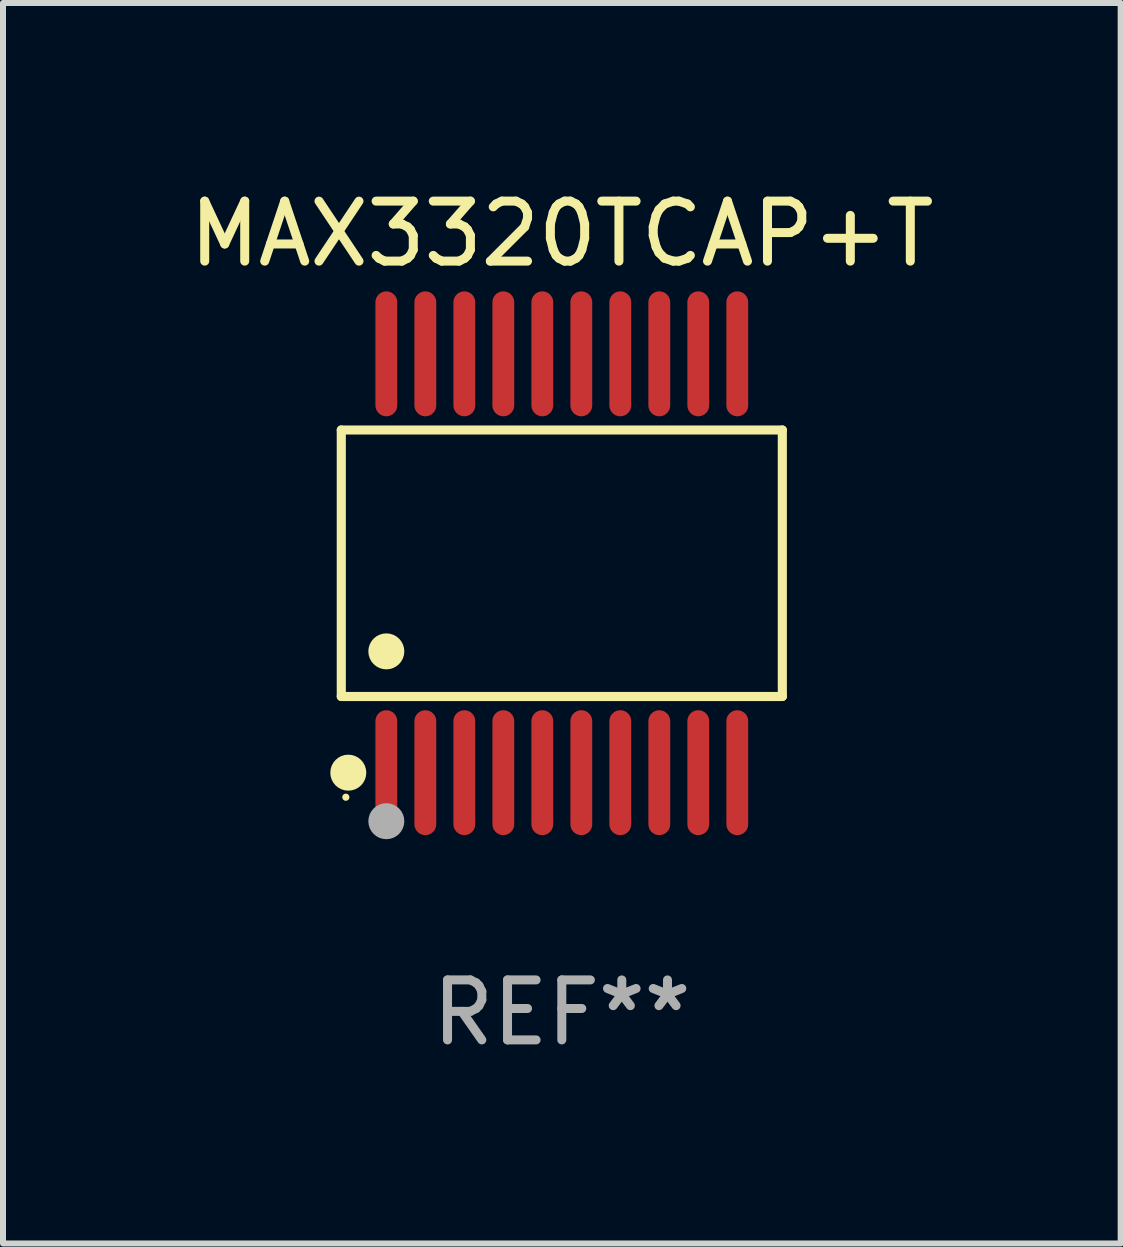
<source format=kicad_pcb>
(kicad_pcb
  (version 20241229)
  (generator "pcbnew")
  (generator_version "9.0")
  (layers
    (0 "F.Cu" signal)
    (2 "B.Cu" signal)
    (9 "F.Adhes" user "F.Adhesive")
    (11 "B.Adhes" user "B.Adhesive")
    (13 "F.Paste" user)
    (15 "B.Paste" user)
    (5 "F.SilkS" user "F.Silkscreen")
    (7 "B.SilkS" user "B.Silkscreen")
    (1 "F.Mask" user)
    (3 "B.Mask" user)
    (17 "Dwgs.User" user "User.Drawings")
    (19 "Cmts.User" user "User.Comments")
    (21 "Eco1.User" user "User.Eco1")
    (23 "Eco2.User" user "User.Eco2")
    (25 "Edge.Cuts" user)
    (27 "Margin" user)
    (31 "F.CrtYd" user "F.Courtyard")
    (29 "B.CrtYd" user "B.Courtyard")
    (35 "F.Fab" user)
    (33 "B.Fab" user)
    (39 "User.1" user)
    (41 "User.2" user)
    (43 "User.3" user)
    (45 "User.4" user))
  (footprint "MAX3320TCAP+T"
    (layer "F.Cu")
    (at 6.315 6.339)
    (property "Reference" "MAX3320TCAP+T" (at 0 -5.491 0) (layer "F.SilkS") (effects (font (size 1 1) (thickness 0.15))))
    (attr through_hole)
    (fp_line (start -3.676 -2.221) (end 3.676 -2.221) (stroke (width 0.152) (type solid)) (layer "F.SilkS"))
    (fp_line (start -3.676 2.221) (end -3.676 -2.221) (stroke (width 0.152) (type solid)) (layer "F.SilkS"))
    (fp_line (start 3.676 -2.221) (end 3.676 2.221) (stroke (width 0.152) (type solid)) (layer "F.SilkS"))
    (fp_line (start 3.676 2.221) (end -3.676 2.221) (stroke (width 0.152) (type solid)) (layer "F.SilkS"))
    (fp_circle (center -3.6 3.9) (end -3.57 3.9) (stroke (width 0.06) (type solid)) (fill no) (layer "F.SilkS"))
    (fp_circle (center -3.559 3.491) (end -3.409 3.491) (stroke (width 0.3) (type solid)) (fill no) (layer "F.SilkS"))
    (fp_circle (center -2.925 1.469) (end -2.775 1.469) (stroke (width 0.3) (type solid)) (fill no) (layer "F.SilkS"))
    (fp_circle (center -2.925 4.3) (end -2.775 4.3) (stroke (width 0.3) (type solid)) (fill no) (layer "F.Fab"))
    (fp_text user "REF**" (at 0 7.491 0) (layer "F.Fab") (effects (font (size 1 1) (thickness 0.15))))
    (pad "1" smd oval (at -2.925 3.491) (size 0.364 2.082) (layers "F.Cu" "F.Mask" "F.Paste"))
    (pad "2" smd oval (at -2.275 3.491) (size 0.364 2.082) (layers "F.Cu" "F.Mask" "F.Paste"))
    (pad "3" smd oval (at -1.625 3.491) (size 0.364 2.082) (layers "F.Cu" "F.Mask" "F.Paste"))
    (pad "4" smd oval (at -0.975 3.491) (size 0.364 2.082) (layers "F.Cu" "F.Mask" "F.Paste"))
    (pad "5" smd oval (at -0.325 3.491) (size 0.364 2.082) (layers "F.Cu" "F.Mask" "F.Paste"))
    (pad "6" smd oval (at 0.325 3.491) (size 0.364 2.082) (layers "F.Cu" "F.Mask" "F.Paste"))
    (pad "7" smd oval (at 0.975 3.491) (size 0.364 2.082) (layers "F.Cu" "F.Mask" "F.Paste"))
    (pad "8" smd oval (at 1.625 3.491) (size 0.364 2.082) (layers "F.Cu" "F.Mask" "F.Paste"))
    (pad "9" smd oval (at 2.275 3.491) (size 0.364 2.082) (layers "F.Cu" "F.Mask" "F.Paste"))
    (pad "10" smd oval (at 2.925 3.491) (size 0.364 2.082) (layers "F.Cu" "F.Mask" "F.Paste"))
    (pad "11" smd oval (at 2.925 -3.491) (size 0.364 2.082) (layers "F.Cu" "F.Mask" "F.Paste"))
    (pad "12" smd oval (at 2.275 -3.491) (size 0.364 2.082) (layers "F.Cu" "F.Mask" "F.Paste"))
    (pad "13" smd oval (at 1.625 -3.491) (size 0.364 2.082) (layers "F.Cu" "F.Mask" "F.Paste"))
    (pad "14" smd oval (at 0.975 -3.491) (size 0.364 2.082) (layers "F.Cu" "F.Mask" "F.Paste"))
    (pad "15" smd oval (at 0.325 -3.491) (size 0.364 2.082) (layers "F.Cu" "F.Mask" "F.Paste"))
    (pad "16" smd oval (at -0.325 -3.491) (size 0.364 2.082) (layers "F.Cu" "F.Mask" "F.Paste"))
    (pad "17" smd oval (at -0.975 -3.491) (size 0.364 2.082) (layers "F.Cu" "F.Mask" "F.Paste"))
    (pad "18" smd oval (at -1.625 -3.491) (size 0.364 2.082) (layers "F.Cu" "F.Mask" "F.Paste"))
    (pad "19" smd oval (at -2.275 -3.491) (size 0.364 2.082) (layers "F.Cu" "F.Mask" "F.Paste"))
    (pad "20" smd oval (at -2.925 -3.491) (size 0.364 2.082) (layers "F.Cu" "F.Mask" "F.Paste")))
  (gr_rect
    (start -3 -3)
    (end 15.631 17.678)
    (stroke (width 0.1) (type default))
    (fill no)
    (layer "Edge.Cuts")))
</source>
